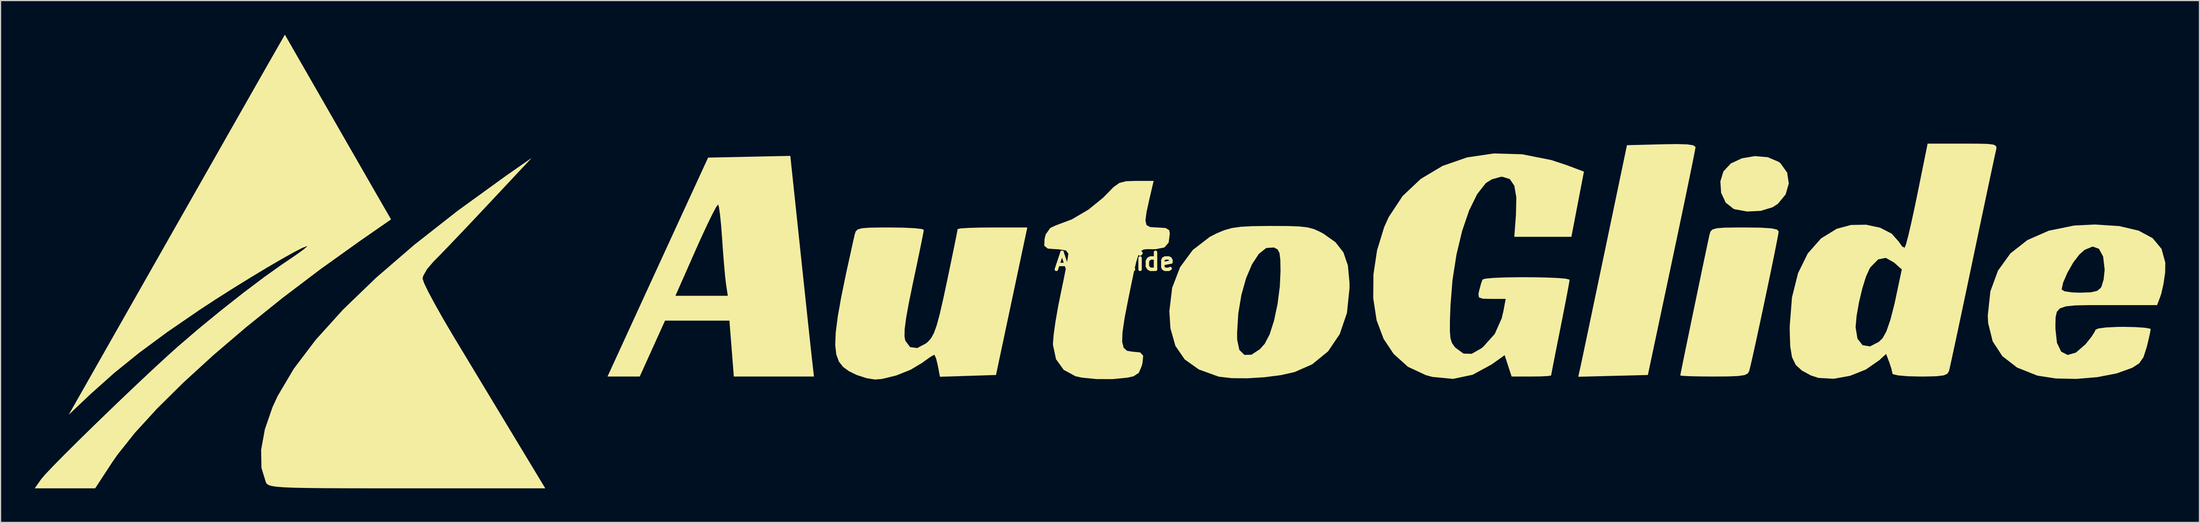
<source format=kicad_pcb>
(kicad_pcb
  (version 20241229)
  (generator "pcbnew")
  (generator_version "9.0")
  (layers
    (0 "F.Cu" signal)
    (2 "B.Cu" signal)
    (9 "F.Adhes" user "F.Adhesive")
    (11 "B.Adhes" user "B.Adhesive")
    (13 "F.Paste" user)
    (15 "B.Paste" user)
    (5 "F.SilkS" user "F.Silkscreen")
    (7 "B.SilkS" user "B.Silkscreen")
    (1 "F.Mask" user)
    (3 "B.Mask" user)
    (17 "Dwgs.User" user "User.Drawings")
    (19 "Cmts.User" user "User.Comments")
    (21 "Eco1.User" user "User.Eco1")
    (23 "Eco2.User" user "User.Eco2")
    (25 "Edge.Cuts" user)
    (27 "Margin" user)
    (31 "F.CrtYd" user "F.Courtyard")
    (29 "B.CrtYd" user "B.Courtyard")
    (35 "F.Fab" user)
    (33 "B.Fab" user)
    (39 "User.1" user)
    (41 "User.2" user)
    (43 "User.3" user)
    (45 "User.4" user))
  (footprint "AutoGlide"
    (layer "F.Cu")
    (at 94.881 19.96)
    (property "Reference" "AutoGlide" (at 0 0 0) (layer "F.SilkS") (effects (font (size 1.5 1.5) (thickness 0.3))))
    (attr board_only exclude_from_pos_files exclude_from_bom)
    (fp_poly (pts (xy 57.406 -9.185) (xy 58.364 -8.777) (xy 58.528 -8.649) (xy 59.112 -7.827) (xy 59.254 -6.87) (xy 58.978 -5.914) (xy 58.309 -5.097) (xy 57.831 -4.782) (xy 56.804 -4.469) (xy 55.591 -4.407) (xy 54.491 -4.609) (xy 54.398 -4.645) (xy 53.709 -5.193) (xy 53.308 -6.056) (xy 53.242 -7.057) (xy 53.51 -7.936) (xy 54.159 -8.632) (xy 55.136 -9.088) (xy 56.274 -9.281)) (stroke (width 0) (type solid)) (fill yes) (layer "F.SilkS"))
    (fp_poly (pts (xy 50.341 -10.313) (xy 50.857 -10.233) (xy 51.049 -10.093) (xy 51.055 -10.046) (xy 50.996 -9.707) (xy 50.836 -8.896) (xy 50.588 -7.674) (xy 50.265 -6.104) (xy 49.878 -4.246) (xy 49.441 -2.163) (xy 48.966 0.083) (xy 48.955 0.137) (xy 46.871 9.969) (xy 43.813 10.046) (xy 40.755 10.124) (xy 40.953 9.227) (xy 41.055 8.753) (xy 41.254 7.813) (xy 41.535 6.476) (xy 41.885 4.811) (xy 42.288 2.886) (xy 42.731 0.771) (xy 43.093 -0.956) (xy 45.034 -10.242) (xy 48.052 -10.319) (xy 49.43 -10.34)) (stroke (width 0) (type solid)) (fill yes) (layer "F.SilkS"))
    (fp_poly (pts (xy 56.791 -2.987) (xy 57.707 -2.928) (xy 58.211 -2.823) (xy 58.366 -2.662) (xy 58.366 -2.66) (xy 58.311 -2.31) (xy 58.16 -1.521) (xy 57.933 -0.388) (xy 57.649 0.993) (xy 57.329 2.527) (xy 56.993 4.119) (xy 56.661 5.675) (xy 56.353 7.099) (xy 56.089 8.295) (xy 55.889 9.17) (xy 55.774 9.627) (xy 55.647 9.84) (xy 55.357 9.979) (xy 54.809 10.06) (xy 53.906 10.097) (xy 52.673 10.105) (xy 51.483 10.097) (xy 50.522 10.075) (xy 49.9 10.043) (xy 49.719 10.01) (xy 49.772 9.73) (xy 49.918 9.008) (xy 50.137 7.934) (xy 50.412 6.601) (xy 50.722 5.099) (xy 51.05 3.52) (xy 51.375 1.956) (xy 51.679 0.497) (xy 51.944 -0.763) (xy 52.149 -1.734) (xy 52.277 -2.325) (xy 52.291 -2.39) (xy 52.379 -2.659) (xy 52.563 -2.835) (xy 52.94 -2.938) (xy 53.609 -2.988) (xy 54.67 -3.003) (xy 55.399 -3.004)) (stroke (width 0) (type solid)) (fill yes) (layer "F.SilkS"))
    (fp_poly (pts (xy -55.031 -5.042) (xy -56.256 -3.739) (xy -57.418 -2.511) (xy -58.443 -1.436) (xy -59.257 -0.592) (xy -59.784 -0.057) (xy -59.828 -0.015) (xy -60.398 0.648) (xy -60.747 1.264) (xy -60.798 1.497) (xy -60.662 1.898) (xy -60.282 2.681) (xy -59.702 3.765) (xy -58.967 5.069) (xy -58.118 6.511) (xy -58.004 6.701) (xy -56.899 8.533) (xy -55.658 10.59) (xy -54.397 12.68) (xy -53.231 14.611) (xy -52.613 15.636) (xy -50.016 19.938) (xy -62.153 19.938) (xy -65.032 19.937) (xy -67.419 19.933) (xy -69.36 19.924) (xy -70.904 19.908) (xy -72.096 19.883) (xy -72.987 19.847) (xy -73.621 19.798) (xy -74.048 19.734) (xy -74.314 19.654) (xy -74.468 19.554) (xy -74.556 19.434) (xy -74.561 19.426) (xy -74.956 18.144) (xy -74.985 16.557) (xy -74.658 14.748) (xy -73.987 12.802) (xy -73.534 11.819) (xy -72.119 9.427) (xy -70.199 6.889) (xy -67.787 4.218) (xy -64.893 1.426) (xy -61.533 -1.475) (xy -57.716 -4.473) (xy -53.502 -7.525) (xy -51.205 -9.128)) (stroke (width 0) (type solid)) (fill yes) (layer "F.SilkS"))
    (fp_poly (pts (xy -27.594 -0.895) (xy -27.365 1.256) (xy -27.149 3.289) (xy -26.953 5.126) (xy -26.786 6.685) (xy -26.656 7.889) (xy -26.572 8.656) (xy -26.554 8.808) (xy -26.406 10.105) (xy -29.927 10.105) (xy -33.449 10.105) (xy -33.641 7.647) (xy -33.834 5.189) (xy -36.664 5.189) (xy -39.494 5.189) (xy -40.605 7.647) (xy -41.716 10.105) (xy -43.131 10.105) (xy -44.547 10.105) (xy -42.701 6.077) (xy -41.997 4.542) (xy -41.292 3.004) (xy -38.579 3.004) (xy -36.279 3.004) (xy -33.978 3.004) (xy -34.132 1.98) (xy -34.215 1.275) (xy -34.313 0.193) (xy -34.414 -1.096) (xy -34.474 -1.987) (xy -34.565 -3.193) (xy -34.665 -4.179) (xy -34.762 -4.828) (xy -34.827 -5.028) (xy -34.986 -4.825) (xy -35.321 -4.201) (xy -35.792 -3.238) (xy -36.358 -2.016) (xy -36.786 -1.06) (xy -38.579 3.004) (xy -41.292 3.004) (xy -41.138 2.668) (xy -40.193 0.611) (xy -39.235 -1.475) (xy -38.335 -3.434) (xy -38.281 -3.551) (xy -35.708 -9.149) (xy -32.096 -9.225) (xy -28.484 -9.301)) (stroke (width 0) (type solid)) (fill yes) (layer "F.SilkS"))
    (fp_poly (pts (xy 15.222 -3.131) (xy 16.246 -3.094) (xy 16.98 -3.008) (xy 17.546 -2.856) (xy 18.069 -2.618) (xy 18.361 -2.458) (xy 19.419 -1.71) (xy 20.117 -0.817) (xy 20.51 0.333) (xy 20.653 1.856) (xy 20.655 2.322) (xy 20.429 4.509) (xy 19.795 6.373) (xy 18.771 7.889) (xy 17.374 9.031) (xy 15.819 9.714) (xy 14.629 9.981) (xy 13.184 10.167) (xy 11.673 10.259) (xy 10.286 10.248) (xy 9.212 10.122) (xy 9.111 10.099) (xy 7.418 9.486) (xy 6.177 8.605) (xy 5.354 7.412) (xy 5.036 6.282) (xy 10.775 6.282) (xy 10.783 6.877) (xy 10.973 7.762) (xy 11.416 8.202) (xy 12.04 8.186) (xy 12.772 7.704) (xy 13.201 7.227) (xy 13.632 6.409) (xy 14.02 5.195) (xy 14.33 3.732) (xy 14.531 2.171) (xy 14.591 0.852) (xy 14.575 -0.161) (xy 14.501 -0.76) (xy 14.333 -1.074) (xy 14.033 -1.234) (xy 13.999 -1.246) (xy 13.334 -1.198) (xy 12.686 -0.681) (xy 12.087 0.229) (xy 11.566 1.457) (xy 11.153 2.926) (xy 10.88 4.56) (xy 10.775 6.282) (xy 5.036 6.282) (xy 4.917 5.863) (xy 4.823 4.36) (xy 5.07 2.3) (xy 5.765 0.489) (xy 6.877 -1.02) (xy 8.374 -2.177) (xy 8.983 -2.489) (xy 9.657 -2.768) (xy 10.315 -2.954) (xy 11.091 -3.065) (xy 12.118 -3.12) (xy 13.532 -3.138) (xy 13.781 -3.138)) (stroke (width 0) (type solid)) (fill yes) (layer "F.SilkS"))
    (fp_poly (pts (xy -9.035 3.482) (xy -10.411 9.969) (xy -12.875 10.047) (xy -15.338 10.125) (xy -15.518 9.159) (xy -15.67 8.526) (xy -15.815 8.204) (xy -15.838 8.194) (xy -16.12 8.344) (xy -16.66 8.723) (xy -16.894 8.899) (xy -17.917 9.509) (xy -19.173 10.011) (xy -20.411 10.316) (xy -21.052 10.368) (xy -21.78 10.251) (xy -22.618 9.98) (xy -22.698 9.947) (xy -23.342 9.629) (xy -23.847 9.261) (xy -24.214 8.79) (xy -24.444 8.165) (xy -24.538 7.333) (xy -24.495 6.243) (xy -24.317 4.843) (xy -24.003 3.08) (xy -23.555 0.903) (xy -22.972 -1.74) (xy -22.826 -2.39) (xy -22.739 -2.659) (xy -22.556 -2.835) (xy -22.18 -2.938) (xy -21.511 -2.988) (xy -20.451 -3.003) (xy -19.72 -3.004) (xy -18.527 -2.987) (xy -17.563 -2.94) (xy -16.938 -2.87) (xy -16.754 -2.799) (xy -16.808 -2.476) (xy -16.958 -1.713) (xy -17.186 -0.602) (xy -17.471 0.763) (xy -17.698 1.83) (xy -18.069 3.633) (xy -18.312 4.979) (xy -18.436 5.939) (xy -18.45 6.584) (xy -18.38 6.951) (xy -17.957 7.518) (xy -17.336 7.6) (xy -16.57 7.197) (xy -16.377 7.033) (xy -16.106 6.725) (xy -15.864 6.28) (xy -15.625 5.614) (xy -15.362 4.644) (xy -15.049 3.288) (xy -14.74 1.846) (xy -14.425 0.338) (xy -14.154 -0.977) (xy -13.944 -2.009) (xy -13.815 -2.667) (xy -13.781 -2.865) (xy -13.529 -2.92) (xy -12.843 -2.965) (xy -11.833 -2.995) (xy -10.72 -3.004) (xy -7.66 -3.004)) (stroke (width 0) (type solid)) (fill yes) (layer "F.SilkS"))
    (fp_poly (pts (xy -68.856 -12.916) (xy -67.803 -11.08) (xy -66.809 -9.349) (xy -65.915 -7.793) (xy -65.162 -6.481) (xy -64.589 -5.485) (xy -64.237 -4.874) (xy -64.191 -4.794) (xy -63.566 -3.716) (xy -66.303 -1.816) (xy -69.777 0.67) (xy -73.11 3.197) (xy -76.256 5.727) (xy -79.171 8.217) (xy -81.809 10.628) (xy -84.124 12.92) (xy -86.073 15.051) (xy -87.608 16.981) (xy -88.113 17.712) (xy -89.569 19.938) (xy -92.225 19.938) (xy -94.881 19.938) (xy -94.314 19.133) (xy -93.944 18.699) (xy -93.237 17.954) (xy -92.257 16.959) (xy -91.065 15.774) (xy -89.722 14.458) (xy -88.291 13.072) (xy -86.833 11.674) (xy -85.41 10.326) (xy -84.084 9.088) (xy -82.915 8.018) (xy -82.28 7.45) (xy -80.464 5.892) (xy -78.509 4.289) (xy -76.542 2.738) (xy -74.687 1.339) (xy -73.071 0.191) (xy -72.72 -0.045) (xy -71.864 -0.628) (xy -71.243 -1.079) (xy -70.947 -1.333) (xy -70.947 -1.366) (xy -71.329 -1.226) (xy -72.091 -0.836) (xy -73.155 -0.241) (xy -74.446 0.512) (xy -75.888 1.381) (xy -77.404 2.318) (xy -78.918 3.279) (xy -80.355 4.219) (xy -80.388 4.241) (xy -83.241 6.2) (xy -85.707 8.023) (xy -87.895 9.792) (xy -89.911 11.592) (xy -90.1 11.77) (xy -91.891 13.463) (xy -83.689 -0.984) (xy -82.185 -3.634) (xy -80.726 -6.202) (xy -79.342 -8.639) (xy -78.061 -10.895) (xy -76.909 -12.921) (xy -75.917 -14.667) (xy -75.111 -16.083) (xy -74.521 -17.121) (xy -74.193 -17.695) (xy -72.898 -19.96)) (stroke (width 0) (type solid)) (fill yes) (layer "F.SilkS"))
    (fp_poly (pts (xy 3.076 -5.531) (xy 2.818 -4.362) (xy 2.721 -3.623) (xy 2.814 -3.217) (xy 3.124 -3.043) (xy 3.678 -3.005) (xy 3.783 -3.004) (xy 4.494 -2.956) (xy 4.807 -2.768) (xy 4.864 -2.48) (xy 4.762 -1.673) (xy 4.385 -1.245) (xy 3.625 -1.097) (xy 3.367 -1.092) (xy 2.905 -1.099) (xy 2.565 -1.067) (xy 2.312 -0.923) (xy 2.108 -0.591) (xy 1.916 0.005) (xy 1.698 0.94) (xy 1.419 2.289) (xy 1.217 3.275) (xy 0.888 4.97) (xy 0.706 6.206) (xy 0.676 7.051) (xy 0.806 7.572) (xy 1.099 7.84) (xy 1.563 7.92) (xy 1.61 7.92) (xy 2.264 7.988) (xy 2.524 8.274) (xy 2.465 8.899) (xy 2.394 9.182) (xy 2.141 9.779) (xy 1.68 10.082) (xy 1.15 10.203) (xy -0.168 10.332) (xy -1.589 10.329) (xy -2.868 10.201) (xy -3.428 10.077) (xy -4.463 9.516) (xy -5.137 8.578) (xy -5.402 7.334) (xy -5.404 7.196) (xy -5.346 6.442) (xy -5.19 5.319) (xy -4.959 3.989) (xy -4.729 2.841) (xy -4.463 1.568) (xy -4.246 0.47) (xy -4.102 -0.331) (xy -4.053 -0.705) (xy -4.262 -0.981) (xy -4.927 -1.089) (xy -5.134 -1.092) (xy -5.861 -1.148) (xy -6.169 -1.399) (xy -6.146 -1.971) (xy -6.044 -2.393) (xy -5.642 -2.96) (xy -5.169 -3.183) (xy -3.752 -3.714) (xy -2.283 -4.576) (xy -0.988 -5.631) (xy -0.747 -5.878) (xy -0.081 -6.558) (xy 0.438 -6.924) (xy 1.021 -7.072) (xy 1.88 -7.101) (xy 1.917 -7.101) (xy 3.442 -7.101)) (stroke (width 0) (type solid)) (fill yes) (layer "F.SilkS"))
    (fp_poly (pts (xy 88.302 -3.125) (xy 89.998 -2.725) (xy 91.231 -2.059) (xy 92.009 -1.122) (xy 92.34 0.09) (xy 92.326 0.956) (xy 92.185 1.931) (xy 91.989 2.803) (xy 91.902 3.073) (xy 91.616 3.824) (xy 87.314 3.824) (xy 85.633 3.825) (xy 84.418 3.85) (xy 83.592 3.934) (xy 83.081 4.111) (xy 82.809 4.413) (xy 82.702 4.876) (xy 82.684 5.534) (xy 82.685 5.912) (xy 82.818 7.144) (xy 83.189 7.916) (xy 83.757 8.209) (xy 84.481 8.002) (xy 85.319 7.274) (xy 85.359 7.228) (xy 85.858 6.603) (xy 86.158 6.125) (xy 86.198 5.999) (xy 86.45 5.879) (xy 87.134 5.789) (xy 88.143 5.74) (xy 88.63 5.735) (xy 89.7 5.757) (xy 90.529 5.813) (xy 90.996 5.895) (xy 91.056 5.94) (xy 90.992 6.303) (xy 90.832 7.006) (xy 90.708 7.511) (xy 90.423 8.401) (xy 90.046 8.944) (xy 89.438 9.336) (xy 89.429 9.34) (xy 88.064 9.83) (xy 86.366 10.159) (xy 84.524 10.313) (xy 82.728 10.277) (xy 81.165 10.037) (xy 81.05 10.007) (xy 79.316 9.316) (xy 78.02 8.313) (xy 77.17 7.007) (xy 76.772 5.406) (xy 76.74 4.743) (xy 76.968 2.615) (xy 77.029 2.449) (xy 83.226 2.449) (xy 83.474 2.605) (xy 84.137 2.706) (xy 84.837 2.731) (xy 85.793 2.698) (xy 86.354 2.571) (xy 86.665 2.31) (xy 86.729 2.203) (xy 86.92 1.571) (xy 87.008 0.748) (xy 87.009 0.683) (xy 86.877 -0.447) (xy 86.51 -1.126) (xy 85.952 -1.329) (xy 85.244 -1.032) (xy 84.777 -0.615) (xy 84.246 0.084) (xy 83.74 0.969) (xy 83.365 1.832) (xy 83.226 2.449) (xy 77.029 2.449) (xy 77.638 0.788) (xy 78.729 -0.722) (xy 80.223 -1.897) (xy 82.099 -2.721) (xy 84.336 -3.176) (xy 86.136 -3.265)) (stroke (width 0) (type solid)) (fill yes) (layer "F.SilkS"))
    (fp_poly (pts (xy 75.856 -10.375) (xy 76.727 -10.353) (xy 77.233 -10.292) (xy 77.462 -10.176) (xy 77.503 -9.985) (xy 77.456 -9.761) (xy 77.365 -9.354) (xy 77.177 -8.48) (xy 76.905 -7.204) (xy 76.564 -5.594) (xy 76.168 -3.717) (xy 75.731 -1.639) (xy 75.387 0.003) (xy 74.93 2.179) (xy 74.503 4.198) (xy 74.122 5.994) (xy 73.8 7.502) (xy 73.55 8.656) (xy 73.388 9.39) (xy 73.331 9.627) (xy 73.191 9.859) (xy 72.866 10.003) (xy 72.249 10.078) (xy 71.235 10.104) (xy 70.778 10.105) (xy 69.711 10.079) (xy 68.886 10.008) (xy 68.422 9.906) (xy 68.364 9.85) (xy 68.275 9.427) (xy 68.085 8.854) (xy 67.807 8.114) (xy 67.207 8.668) (xy 66.033 9.484) (xy 64.642 10.041) (xy 63.199 10.301) (xy 61.87 10.228) (xy 61.203 10.012) (xy 60.403 9.577) (xy 59.864 9.079) (xy 59.539 8.407) (xy 59.379 7.447) (xy 59.336 6.087) (xy 59.337 5.784) (xy 65.125 5.784) (xy 65.291 6.782) (xy 65.741 7.351) (xy 66.391 7.456) (xy 67.155 7.064) (xy 67.498 6.734) (xy 67.828 6.14) (xy 68.187 5.102) (xy 68.541 3.717) (xy 68.607 3.414) (xy 69.185 0.683) (xy 68.488 0.067) (xy 67.778 -0.33) (xy 67.113 -0.201) (xy 66.459 0.463) (xy 66.35 0.625) (xy 66.037 1.317) (xy 65.713 2.363) (xy 65.424 3.576) (xy 65.213 4.767) (xy 65.126 5.747) (xy 65.125 5.784) (xy 59.337 5.784) (xy 59.338 5.637) (xy 59.535 3.144) (xy 60.067 1.017) (xy 60.922 -0.72) (xy 62.088 -2.042) (xy 63.465 -2.888) (xy 64.725 -3.226) (xy 66.046 -3.247) (xy 67.283 -2.983) (xy 68.294 -2.462) (xy 68.906 -1.772) (xy 69.218 -1.329) (xy 69.44 -1.226) (xy 69.553 -1.519) (xy 69.748 -2.258) (xy 70.005 -3.352) (xy 70.301 -4.71) (xy 70.539 -5.86) (xy 71.454 -10.378) (xy 74.532 -10.378)) (stroke (width 0) (type solid)) (fill yes) (layer "F.SilkS"))
    (fp_poly (pts (xy 35.823 -9.442) (xy 38.388 -8.933) (xy 39.77 -8.476) (xy 41.253 -7.915) (xy 40.702 -5.05) (xy 40.151 -2.185) (xy 37.643 -2.185) (xy 35.135 -2.185) (xy 35.281 -4.165) (xy 35.312 -5.656) (xy 35.136 -6.675) (xy 34.738 -7.263) (xy 34.1 -7.46) (xy 33.93 -7.455) (xy 33.155 -7.236) (xy 32.634 -6.909) (xy 31.866 -5.928) (xy 31.162 -4.495) (xy 30.55 -2.699) (xy 30.055 -0.632) (xy 29.704 1.615) (xy 29.528 3.824) (xy 29.478 5.189) (xy 29.473 6.121) (xy 29.525 6.733) (xy 29.649 7.137) (xy 29.856 7.446) (xy 29.976 7.579) (xy 30.669 8.088) (xy 31.389 8.107) (xy 32.225 7.633) (xy 32.415 7.478) (xy 33.419 6.355) (xy 34.031 4.975) (xy 34.189 4.292) (xy 34.377 3.277) (xy 33.126 3.277) (xy 32.37 3.26) (xy 32.03 3.149) (xy 31.983 2.859) (xy 32.052 2.526) (xy 32.22 1.906) (xy 32.344 1.57) (xy 32.64 1.488) (xy 33.349 1.428) (xy 34.351 1.389) (xy 35.531 1.371) (xy 36.771 1.374) (xy 37.954 1.397) (xy 38.962 1.44) (xy 39.679 1.503) (xy 39.988 1.585) (xy 39.991 1.596) (xy 39.94 1.932) (xy 39.799 2.703) (xy 39.587 3.812) (xy 39.323 5.157) (xy 39.181 5.872) (xy 38.899 7.284) (xy 38.66 8.494) (xy 38.482 9.407) (xy 38.384 9.928) (xy 38.37 10.011) (xy 38.124 10.06) (xy 37.48 10.093) (xy 36.635 10.105) (xy 34.899 10.105) (xy 34.593 9.166) (xy 34.286 8.227) (xy 33.135 9.047) (xy 31.47 9.949) (xy 29.75 10.312) (xy 27.939 10.139) (xy 27.351 9.977) (xy 25.787 9.247) (xy 24.531 8.116) (xy 23.65 6.793) (xy 23.036 5.161) (xy 22.74 3.227) (xy 22.756 1.126) (xy 23.077 -1.006) (xy 23.698 -3.032) (xy 24.095 -3.914) (xy 25.322 -5.773) (xy 26.918 -7.279) (xy 28.825 -8.416) (xy 30.983 -9.167) (xy 33.335 -9.514)) (stroke (width 0) (type solid)) (fill yes) (layer "F.SilkS")))
  (gr_rect
    (start -3 -3)
    (end 190.221 42.897)
    (stroke (width 0.1) (type default))
    (fill no)
    (layer "Edge.Cuts")))
</source>
